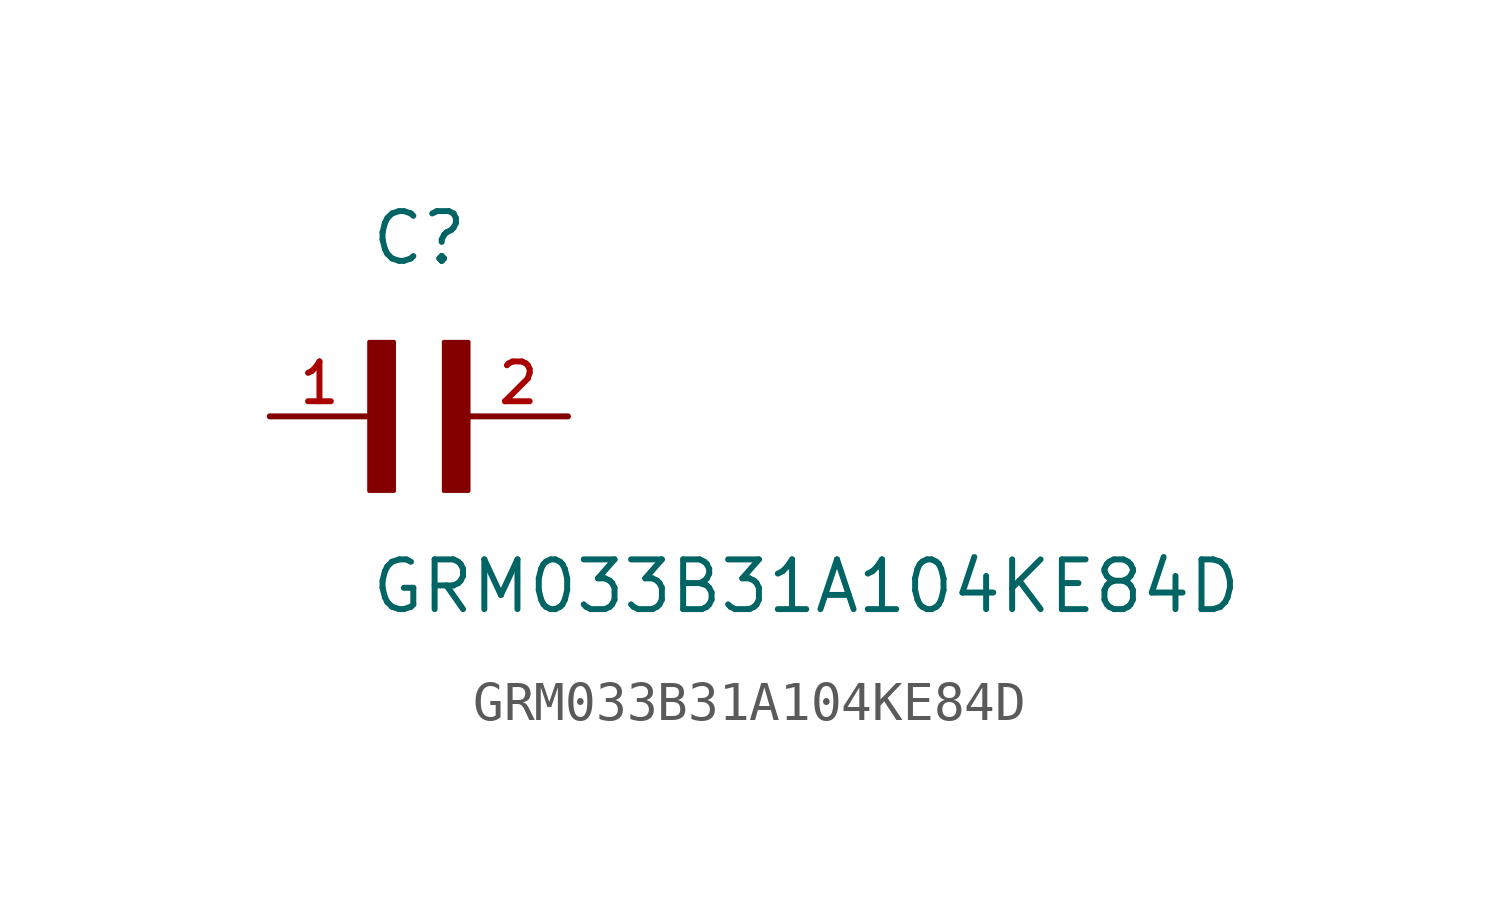
<source format=kicad_sym>
(kicad_symbol_lib
  (version 20211014)
  (generator kicad_symbol_editor)
  (symbol "GRM033B31A104KE84D"
    (pin_names
      (offset 1.016))
    (property "Reference" "C"
      (at 0.0 3.811 0)
      (effects (font (size 1.27 1.27)) (justify bottom left)))
    (property "Value" "GRM033B31A104KE84D"
      (at 0.0 -5.088 0)
      (effects (font (size 1.27 1.27)) (justify bottom left)))
    (symbol "GRM033B31A104KE84D_0_0"
      (rectangle (start 0.0 -1.907) (end 0.635 1.905) (stroke (width 0.1)) (fill (type outline)))
      (rectangle (start 1.907 -1.907) (end 2.54 1.905) (stroke (width 0.1)) (fill (type outline)))
      (pin passive line (at 5.08 0.0 180.0) (length 2.54) (name "~" (effects (font (size 1.016 1.016)))) (number "2" (effects (font (size 1.016 1.016)))))
      (pin passive line (at -2.54 0.0 0) (length 2.54) (name "~" (effects (font (size 1.016 1.016)))) (number "1" (effects (font (size 1.016 1.016))))))))
</source>
